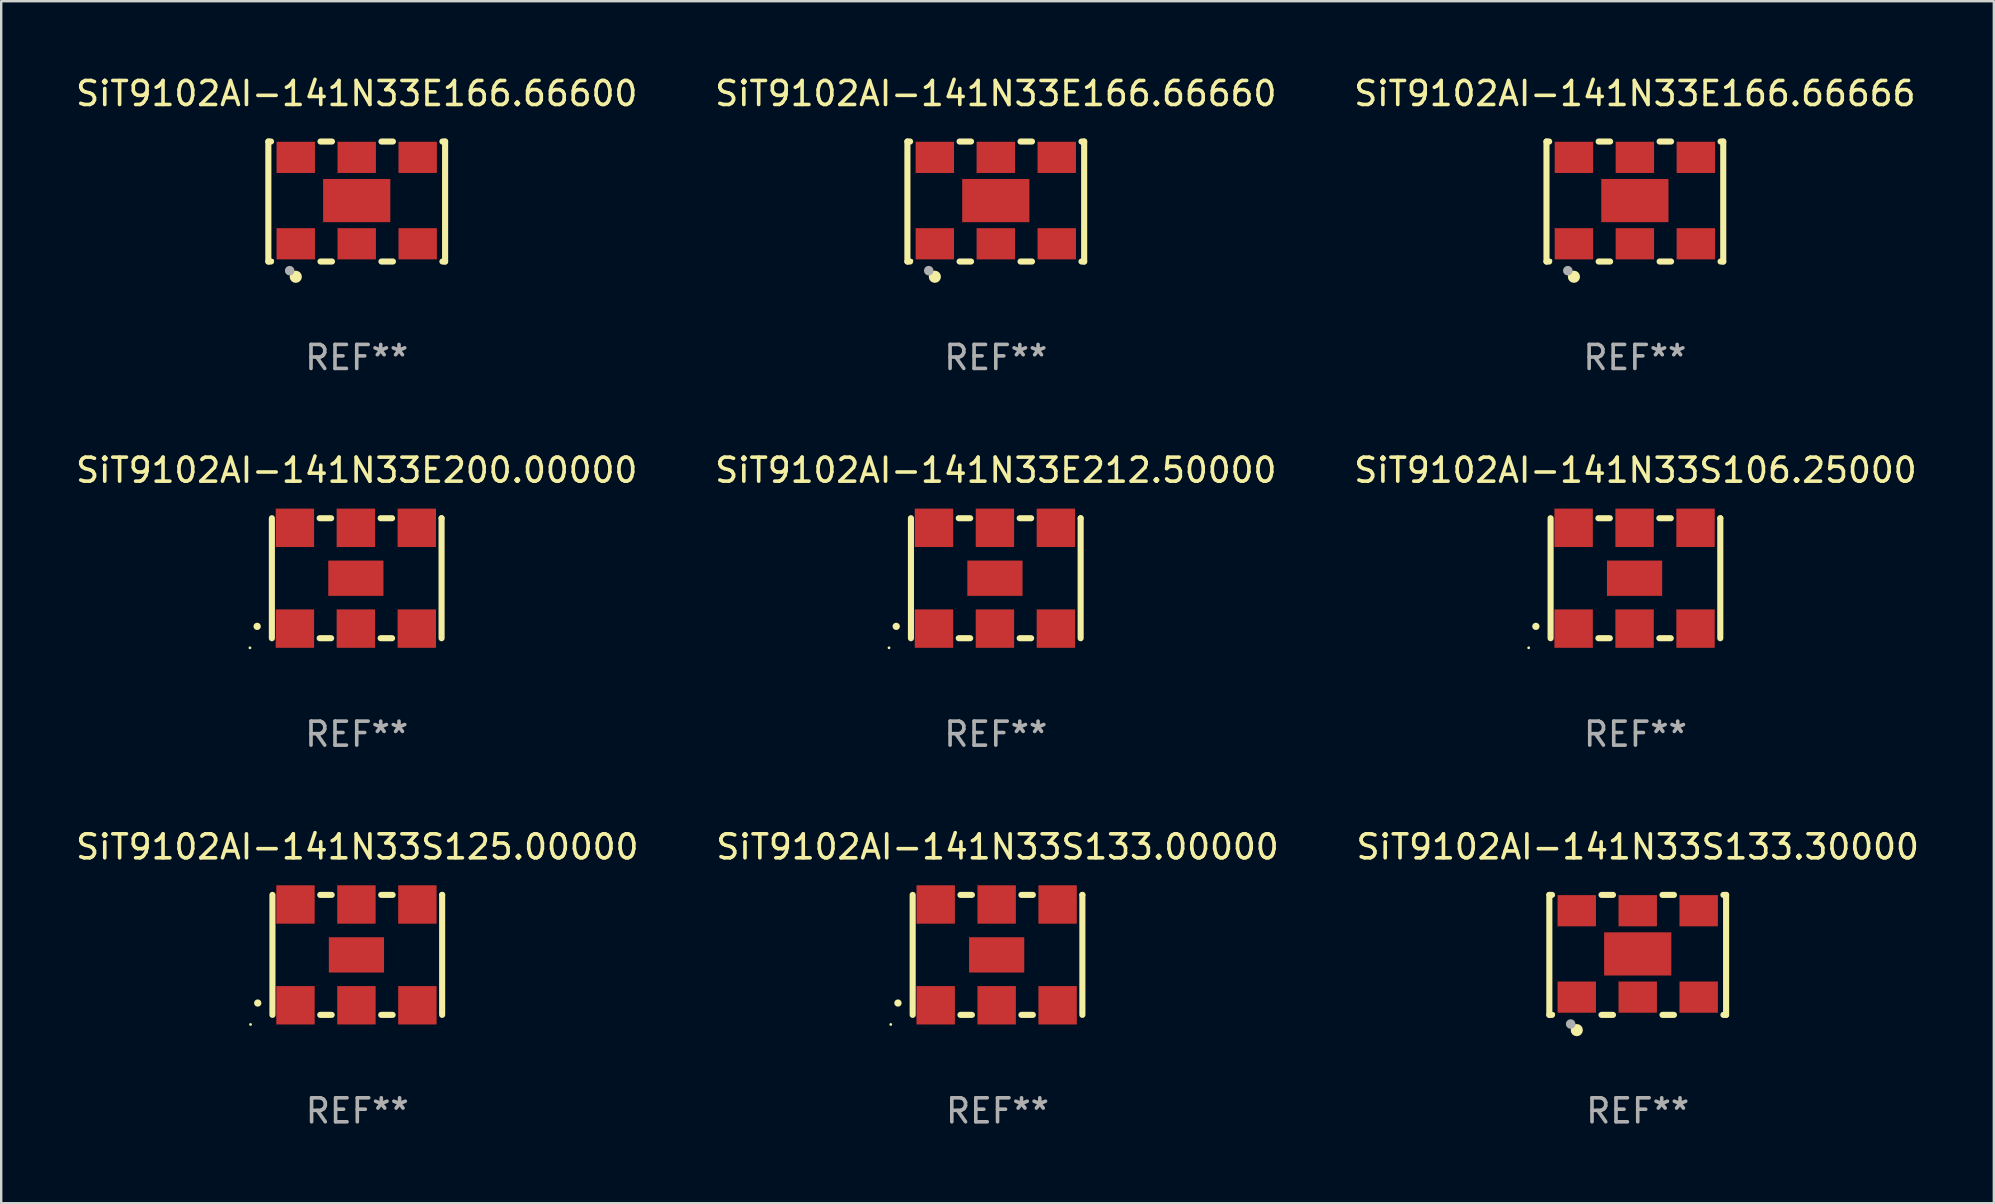
<source format=kicad_pcb>
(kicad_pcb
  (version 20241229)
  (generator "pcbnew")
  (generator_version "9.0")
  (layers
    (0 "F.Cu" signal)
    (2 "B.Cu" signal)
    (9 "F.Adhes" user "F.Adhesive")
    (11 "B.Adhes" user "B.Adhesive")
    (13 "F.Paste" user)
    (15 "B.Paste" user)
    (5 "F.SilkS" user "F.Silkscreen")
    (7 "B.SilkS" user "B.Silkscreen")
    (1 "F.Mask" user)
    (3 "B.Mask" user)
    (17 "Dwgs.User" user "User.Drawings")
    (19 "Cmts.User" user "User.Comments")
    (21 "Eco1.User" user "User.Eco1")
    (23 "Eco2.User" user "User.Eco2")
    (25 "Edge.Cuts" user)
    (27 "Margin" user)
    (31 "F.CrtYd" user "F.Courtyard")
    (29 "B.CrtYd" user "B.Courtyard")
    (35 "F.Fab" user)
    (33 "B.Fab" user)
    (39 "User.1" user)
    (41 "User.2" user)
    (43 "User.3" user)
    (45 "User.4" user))
  (footprint "SiT9102AI-141N33E166.66666"
    (layer "F.Cu")
    (at 65.077 5.348)
    (property "Reference" "SiT9102AI-141N33E166.66666" (at 0 -4.5 0) (layer "F.SilkS") (effects (font (size 1 1) (thickness 0.15))))
    (attr through_hole)
    (fp_line (start -3.683 -2.5) (end -3.571 -2.5) (stroke (width 0.254) (type solid)) (layer "F.SilkS"))
    (fp_line (start -3.683 2.5) (end -3.683 -2.5) (stroke (width 0.254) (type solid)) (layer "F.SilkS"))
    (fp_line (start -3.683 2.5) (end -3.571 2.5) (stroke (width 0.254) (type solid)) (layer "F.SilkS"))
    (fp_line (start -1.509 -2.5) (end -1.031 -2.5) (stroke (width 0.254) (type solid)) (layer "F.SilkS"))
    (fp_line (start -1.509 2.5) (end -1.031 2.5) (stroke (width 0.254) (type solid)) (layer "F.SilkS"))
    (fp_line (start 1.031 -2.5) (end 1.509 -2.5) (stroke (width 0.254) (type solid)) (layer "F.SilkS"))
    (fp_line (start 1.031 2.5) (end 1.509 2.5) (stroke (width 0.254) (type solid)) (layer "F.SilkS"))
    (fp_line (start 3.571 -2.5) (end 3.683 -2.5) (stroke (width 0.254) (type solid)) (layer "F.SilkS"))
    (fp_line (start 3.571 2.5) (end 3.683 2.5) (stroke (width 0.254) (type solid)) (layer "F.SilkS"))
    (fp_line (start 3.683 2.5) (end 3.683 -2.5) (stroke (width 0.254) (type solid)) (layer "F.SilkS"))
    (fp_circle (center -3.5 2.46) (end -3.47 2.46) (stroke (width 0.06) (type solid)) (fill no) (layer "F.SilkS"))
    (fp_circle (center -2.54 3.135) (end -2.413 3.135) (stroke (width 0.254) (type solid)) (fill no) (layer "F.SilkS"))
    (fp_circle (center -2.794 2.881) (end -2.694 2.881) (stroke (width 0.2) (type solid)) (fill no) (layer "F.Fab"))
    (fp_text user "REF**" (at 0 6.5 0) (layer "F.Fab") (effects (font (size 1 1) (thickness 0.15))))
    (pad "1" smd rect (at -2.54 1.76) (size 1.6 1.3) (layers "F.Cu" "F.Mask" "F.Paste"))
    (pad "2" smd rect (at 0 1.76) (size 1.6 1.3) (layers "F.Cu" "F.Mask" "F.Paste"))
    (pad "3" smd rect (at 2.54 1.76) (size 1.6 1.3) (layers "F.Cu" "F.Mask" "F.Paste"))
    (pad "4" smd rect (at 2.54 -1.84) (size 1.6 1.3) (layers "F.Cu" "F.Mask" "F.Paste"))
    (pad "5" smd rect (at 0 -1.84) (size 1.6 1.3) (layers "F.Cu" "F.Mask" "F.Paste"))
    (pad "6" smd rect (at -2.54 -1.84) (size 1.6 1.3) (layers "F.Cu" "F.Mask" "F.Paste"))
    (pad "7" smd rect (at 0 -0.04) (size 2.8 1.8) (layers "F.Cu" "F.Mask" "F.Paste")))
  (footprint "SiT9102AI-141N33E212.50000"
    (layer "F.Cu")
    (at 38.446 21.045)
    (property "Reference" "SiT9102AI-141N33E212.50000" (at 0 -4.5 0) (layer "F.SilkS") (effects (font (size 1 1) (thickness 0.15))))
    (attr through_hole)
    (fp_line (start -3.536 -2.5) (end -3.536 2.5) (stroke (width 0.254) (type solid)) (layer "F.SilkS"))
    (fp_line (start -1.544 2.5) (end -1.067 2.5) (stroke (width 0.254) (type solid)) (layer "F.SilkS"))
    (fp_line (start -1.067 -2.5) (end -1.544 -2.5) (stroke (width 0.254) (type solid)) (layer "F.SilkS"))
    (fp_line (start 0.996 2.5) (end 1.473 2.5) (stroke (width 0.254) (type solid)) (layer "F.SilkS"))
    (fp_line (start 1.473 -2.5) (end 0.996 -2.5) (stroke (width 0.254) (type solid)) (layer "F.SilkS"))
    (fp_line (start 3.536 -2.5) (end 3.536 -2.5) (stroke (width 0.254) (type solid)) (layer "F.SilkS"))
    (fp_line (start 3.536 2.5) (end 3.536 -2.5) (stroke (width 0.254) (type solid)) (layer "F.SilkS"))
    (fp_arc (start -4.150432 2.006604) (mid -4.149162 2.006599) (end -4.147892 2.006604) (stroke (width 0.3) (type solid)) (layer "F.SilkS"))
    (fp_circle (center -4.449 2.9) (end -4.419 2.9) (stroke (width 0.06) (type solid)) (fill no) (layer "F.SilkS"))
    (fp_text user "REF**" (at 0 6.5 0) (layer "F.Fab") (effects (font (size 1 1) (thickness 0.15))))
    (pad "1" smd rect (at -2.576 2.1) (size 1.6 1.6) (layers "F.Cu" "F.Mask" "F.Paste"))
    (pad "2" smd rect (at -0.036 2.1) (size 1.6 1.6) (layers "F.Cu" "F.Mask" "F.Paste"))
    (pad "3" smd rect (at 2.504 2.1) (size 1.6 1.6) (layers "F.Cu" "F.Mask" "F.Paste"))
    (pad "4" smd rect (at 2.504 -2.1) (size 1.6 1.6) (layers "F.Cu" "F.Mask" "F.Paste"))
    (pad "5" smd rect (at -0.036 -2.1) (size 1.6 1.6) (layers "F.Cu" "F.Mask" "F.Paste"))
    (pad "6" smd rect (at -2.576 -2.1) (size 1.6 1.6) (layers "F.Cu" "F.Mask" "F.Paste"))
    (pad "7" smd rect (at -0.036 0) (size 2.3 1.47) (layers "F.Cu" "F.Mask" "F.Paste")))
  (footprint "SiT9102AI-141N33S125.00000"
    (layer "F.Cu")
    (at 11.839 36.741)
    (property "Reference" "SiT9102AI-141N33S125.00000" (at 0 -4.5 0) (layer "F.SilkS") (effects (font (size 1 1) (thickness 0.15))))
    (attr through_hole)
    (fp_line (start -3.536 -2.5) (end -3.536 2.5) (stroke (width 0.254) (type solid)) (layer "F.SilkS"))
    (fp_line (start -1.544 2.5) (end -1.067 2.5) (stroke (width 0.254) (type solid)) (layer "F.SilkS"))
    (fp_line (start -1.067 -2.5) (end -1.544 -2.5) (stroke (width 0.254) (type solid)) (layer "F.SilkS"))
    (fp_line (start 0.996 2.5) (end 1.473 2.5) (stroke (width 0.254) (type solid)) (layer "F.SilkS"))
    (fp_line (start 1.473 -2.5) (end 0.996 -2.5) (stroke (width 0.254) (type solid)) (layer "F.SilkS"))
    (fp_line (start 3.536 -2.5) (end 3.536 -2.5) (stroke (width 0.254) (type solid)) (layer "F.SilkS"))
    (fp_line (start 3.536 2.5) (end 3.536 -2.5) (stroke (width 0.254) (type solid)) (layer "F.SilkS"))
    (fp_arc (start -4.150432 2.006604) (mid -4.149162 2.006599) (end -4.147892 2.006604) (stroke (width 0.3) (type solid)) (layer "F.SilkS"))
    (fp_circle (center -4.449 2.9) (end -4.419 2.9) (stroke (width 0.06) (type solid)) (fill no) (layer "F.SilkS"))
    (fp_text user "REF**" (at 0 6.5 0) (layer "F.Fab") (effects (font (size 1 1) (thickness 0.15))))
    (pad "1" smd rect (at -2.576 2.1) (size 1.6 1.6) (layers "F.Cu" "F.Mask" "F.Paste"))
    (pad "2" smd rect (at -0.036 2.1) (size 1.6 1.6) (layers "F.Cu" "F.Mask" "F.Paste"))
    (pad "3" smd rect (at 2.504 2.1) (size 1.6 1.6) (layers "F.Cu" "F.Mask" "F.Paste"))
    (pad "4" smd rect (at 2.504 -2.1) (size 1.6 1.6) (layers "F.Cu" "F.Mask" "F.Paste"))
    (pad "5" smd rect (at -0.036 -2.1) (size 1.6 1.6) (layers "F.Cu" "F.Mask" "F.Paste"))
    (pad "6" smd rect (at -2.576 -2.1) (size 1.6 1.6) (layers "F.Cu" "F.Mask" "F.Paste"))
    (pad "7" smd rect (at -0.036 0) (size 2.3 1.47) (layers "F.Cu" "F.Mask" "F.Paste")))
  (footprint "SiT9102AI-141N33S106.25000"
    (layer "F.Cu")
    (at 65.101 21.045)
    (property "Reference" "SiT9102AI-141N33S106.25000" (at 0 -4.5 0) (layer "F.SilkS") (effects (font (size 1 1) (thickness 0.15))))
    (attr through_hole)
    (fp_line (start -3.536 -2.5) (end -3.536 2.5) (stroke (width 0.254) (type solid)) (layer "F.SilkS"))
    (fp_line (start -1.544 2.5) (end -1.067 2.5) (stroke (width 0.254) (type solid)) (layer "F.SilkS"))
    (fp_line (start -1.067 -2.5) (end -1.544 -2.5) (stroke (width 0.254) (type solid)) (layer "F.SilkS"))
    (fp_line (start 0.996 2.5) (end 1.473 2.5) (stroke (width 0.254) (type solid)) (layer "F.SilkS"))
    (fp_line (start 1.473 -2.5) (end 0.996 -2.5) (stroke (width 0.254) (type solid)) (layer "F.SilkS"))
    (fp_line (start 3.536 -2.5) (end 3.536 -2.5) (stroke (width 0.254) (type solid)) (layer "F.SilkS"))
    (fp_line (start 3.536 2.5) (end 3.536 -2.5) (stroke (width 0.254) (type solid)) (layer "F.SilkS"))
    (fp_arc (start -4.150432 2.006604) (mid -4.149162 2.006599) (end -4.147892 2.006604) (stroke (width 0.3) (type solid)) (layer "F.SilkS"))
    (fp_circle (center -4.449 2.9) (end -4.419 2.9) (stroke (width 0.06) (type solid)) (fill no) (layer "F.SilkS"))
    (fp_text user "REF**" (at 0 6.5 0) (layer "F.Fab") (effects (font (size 1 1) (thickness 0.15))))
    (pad "1" smd rect (at -2.576 2.1) (size 1.6 1.6) (layers "F.Cu" "F.Mask" "F.Paste"))
    (pad "2" smd rect (at -0.036 2.1) (size 1.6 1.6) (layers "F.Cu" "F.Mask" "F.Paste"))
    (pad "3" smd rect (at 2.504 2.1) (size 1.6 1.6) (layers "F.Cu" "F.Mask" "F.Paste"))
    (pad "4" smd rect (at 2.504 -2.1) (size 1.6 1.6) (layers "F.Cu" "F.Mask" "F.Paste"))
    (pad "5" smd rect (at -0.036 -2.1) (size 1.6 1.6) (layers "F.Cu" "F.Mask" "F.Paste"))
    (pad "6" smd rect (at -2.576 -2.1) (size 1.6 1.6) (layers "F.Cu" "F.Mask" "F.Paste"))
    (pad "7" smd rect (at -0.036 0) (size 2.3 1.47) (layers "F.Cu" "F.Mask" "F.Paste")))
  (footprint "SiT9102AI-141N33E166.66660"
    (layer "F.Cu")
    (at 38.446 5.348)
    (property "Reference" "SiT9102AI-141N33E166.66660" (at 0 -4.5 0) (layer "F.SilkS") (effects (font (size 1 1) (thickness 0.15))))
    (attr through_hole)
    (fp_line (start -3.683 -2.5) (end -3.571 -2.5) (stroke (width 0.254) (type solid)) (layer "F.SilkS"))
    (fp_line (start -3.683 2.5) (end -3.683 -2.5) (stroke (width 0.254) (type solid)) (layer "F.SilkS"))
    (fp_line (start -3.683 2.5) (end -3.571 2.5) (stroke (width 0.254) (type solid)) (layer "F.SilkS"))
    (fp_line (start -1.509 -2.5) (end -1.031 -2.5) (stroke (width 0.254) (type solid)) (layer "F.SilkS"))
    (fp_line (start -1.509 2.5) (end -1.031 2.5) (stroke (width 0.254) (type solid)) (layer "F.SilkS"))
    (fp_line (start 1.031 -2.5) (end 1.509 -2.5) (stroke (width 0.254) (type solid)) (layer "F.SilkS"))
    (fp_line (start 1.031 2.5) (end 1.509 2.5) (stroke (width 0.254) (type solid)) (layer "F.SilkS"))
    (fp_line (start 3.571 -2.5) (end 3.683 -2.5) (stroke (width 0.254) (type solid)) (layer "F.SilkS"))
    (fp_line (start 3.571 2.5) (end 3.683 2.5) (stroke (width 0.254) (type solid)) (layer "F.SilkS"))
    (fp_line (start 3.683 2.5) (end 3.683 -2.5) (stroke (width 0.254) (type solid)) (layer "F.SilkS"))
    (fp_circle (center -3.5 2.46) (end -3.47 2.46) (stroke (width 0.06) (type solid)) (fill no) (layer "F.SilkS"))
    (fp_circle (center -2.54 3.135) (end -2.413 3.135) (stroke (width 0.254) (type solid)) (fill no) (layer "F.SilkS"))
    (fp_circle (center -2.794 2.881) (end -2.694 2.881) (stroke (width 0.2) (type solid)) (fill no) (layer "F.Fab"))
    (fp_text user "REF**" (at 0 6.5 0) (layer "F.Fab") (effects (font (size 1 1) (thickness 0.15))))
    (pad "1" smd rect (at -2.54 1.76) (size 1.6 1.3) (layers "F.Cu" "F.Mask" "F.Paste"))
    (pad "2" smd rect (at 0 1.76) (size 1.6 1.3) (layers "F.Cu" "F.Mask" "F.Paste"))
    (pad "3" smd rect (at 2.54 1.76) (size 1.6 1.3) (layers "F.Cu" "F.Mask" "F.Paste"))
    (pad "4" smd rect (at 2.54 -1.84) (size 1.6 1.3) (layers "F.Cu" "F.Mask" "F.Paste"))
    (pad "5" smd rect (at 0 -1.84) (size 1.6 1.3) (layers "F.Cu" "F.Mask" "F.Paste"))
    (pad "6" smd rect (at -2.54 -1.84) (size 1.6 1.3) (layers "F.Cu" "F.Mask" "F.Paste"))
    (pad "7" smd rect (at 0 -0.04) (size 2.8 1.8) (layers "F.Cu" "F.Mask" "F.Paste")))
  (footprint "SiT9102AI-141N33E200.00000"
    (layer "F.Cu")
    (at 11.815 21.045)
    (property "Reference" "SiT9102AI-141N33E200.00000" (at 0 -4.5 0) (layer "F.SilkS") (effects (font (size 1 1) (thickness 0.15))))
    (attr through_hole)
    (fp_line (start -3.536 -2.5) (end -3.536 2.5) (stroke (width 0.254) (type solid)) (layer "F.SilkS"))
    (fp_line (start -1.544 2.5) (end -1.067 2.5) (stroke (width 0.254) (type solid)) (layer "F.SilkS"))
    (fp_line (start -1.067 -2.5) (end -1.544 -2.5) (stroke (width 0.254) (type solid)) (layer "F.SilkS"))
    (fp_line (start 0.996 2.5) (end 1.473 2.5) (stroke (width 0.254) (type solid)) (layer "F.SilkS"))
    (fp_line (start 1.473 -2.5) (end 0.996 -2.5) (stroke (width 0.254) (type solid)) (layer "F.SilkS"))
    (fp_line (start 3.536 -2.5) (end 3.536 -2.5) (stroke (width 0.254) (type solid)) (layer "F.SilkS"))
    (fp_line (start 3.536 2.5) (end 3.536 -2.5) (stroke (width 0.254) (type solid)) (layer "F.SilkS"))
    (fp_arc (start -4.150432 2.006604) (mid -4.149162 2.006599) (end -4.147892 2.006604) (stroke (width 0.3) (type solid)) (layer "F.SilkS"))
    (fp_circle (center -4.449 2.9) (end -4.419 2.9) (stroke (width 0.06) (type solid)) (fill no) (layer "F.SilkS"))
    (fp_text user "REF**" (at 0 6.5 0) (layer "F.Fab") (effects (font (size 1 1) (thickness 0.15))))
    (pad "1" smd rect (at -2.576 2.1) (size 1.6 1.6) (layers "F.Cu" "F.Mask" "F.Paste"))
    (pad "2" smd rect (at -0.036 2.1) (size 1.6 1.6) (layers "F.Cu" "F.Mask" "F.Paste"))
    (pad "3" smd rect (at 2.504 2.1) (size 1.6 1.6) (layers "F.Cu" "F.Mask" "F.Paste"))
    (pad "4" smd rect (at 2.504 -2.1) (size 1.6 1.6) (layers "F.Cu" "F.Mask" "F.Paste"))
    (pad "5" smd rect (at -0.036 -2.1) (size 1.6 1.6) (layers "F.Cu" "F.Mask" "F.Paste"))
    (pad "6" smd rect (at -2.576 -2.1) (size 1.6 1.6) (layers "F.Cu" "F.Mask" "F.Paste"))
    (pad "7" smd rect (at -0.036 0) (size 2.3 1.47) (layers "F.Cu" "F.Mask" "F.Paste")))
  (footprint "SiT9102AI-141N33S133.30000"
    (layer "F.Cu")
    (at 65.196 36.741)
    (property "Reference" "SiT9102AI-141N33S133.30000" (at 0 -4.5 0) (layer "F.SilkS") (effects (font (size 1 1) (thickness 0.15))))
    (attr through_hole)
    (fp_line (start -3.683 -2.5) (end -3.571 -2.5) (stroke (width 0.254) (type solid)) (layer "F.SilkS"))
    (fp_line (start -3.683 2.5) (end -3.683 -2.5) (stroke (width 0.254) (type solid)) (layer "F.SilkS"))
    (fp_line (start -3.683 2.5) (end -3.571 2.5) (stroke (width 0.254) (type solid)) (layer "F.SilkS"))
    (fp_line (start -1.509 -2.5) (end -1.031 -2.5) (stroke (width 0.254) (type solid)) (layer "F.SilkS"))
    (fp_line (start -1.509 2.5) (end -1.031 2.5) (stroke (width 0.254) (type solid)) (layer "F.SilkS"))
    (fp_line (start 1.031 -2.5) (end 1.509 -2.5) (stroke (width 0.254) (type solid)) (layer "F.SilkS"))
    (fp_line (start 1.031 2.5) (end 1.509 2.5) (stroke (width 0.254) (type solid)) (layer "F.SilkS"))
    (fp_line (start 3.571 -2.5) (end 3.683 -2.5) (stroke (width 0.254) (type solid)) (layer "F.SilkS"))
    (fp_line (start 3.571 2.5) (end 3.683 2.5) (stroke (width 0.254) (type solid)) (layer "F.SilkS"))
    (fp_line (start 3.683 2.5) (end 3.683 -2.5) (stroke (width 0.254) (type solid)) (layer "F.SilkS"))
    (fp_circle (center -3.5 2.46) (end -3.47 2.46) (stroke (width 0.06) (type solid)) (fill no) (layer "F.SilkS"))
    (fp_circle (center -2.54 3.135) (end -2.413 3.135) (stroke (width 0.254) (type solid)) (fill no) (layer "F.SilkS"))
    (fp_circle (center -2.794 2.881) (end -2.694 2.881) (stroke (width 0.2) (type solid)) (fill no) (layer "F.Fab"))
    (fp_text user "REF**" (at 0 6.5 0) (layer "F.Fab") (effects (font (size 1 1) (thickness 0.15))))
    (pad "1" smd rect (at -2.54 1.76) (size 1.6 1.3) (layers "F.Cu" "F.Mask" "F.Paste"))
    (pad "2" smd rect (at 0 1.76) (size 1.6 1.3) (layers "F.Cu" "F.Mask" "F.Paste"))
    (pad "3" smd rect (at 2.54 1.76) (size 1.6 1.3) (layers "F.Cu" "F.Mask" "F.Paste"))
    (pad "4" smd rect (at 2.54 -1.84) (size 1.6 1.3) (layers "F.Cu" "F.Mask" "F.Paste"))
    (pad "5" smd rect (at 0 -1.84) (size 1.6 1.3) (layers "F.Cu" "F.Mask" "F.Paste"))
    (pad "6" smd rect (at -2.54 -1.84) (size 1.6 1.3) (layers "F.Cu" "F.Mask" "F.Paste"))
    (pad "7" smd rect (at 0 -0.04) (size 2.8 1.8) (layers "F.Cu" "F.Mask" "F.Paste")))
  (footprint "SiT9102AI-141N33E166.66600"
    (layer "F.Cu")
    (at 11.815 5.348)
    (property "Reference" "SiT9102AI-141N33E166.66600" (at 0 -4.5 0) (layer "F.SilkS") (effects (font (size 1 1) (thickness 0.15))))
    (attr through_hole)
    (fp_line (start -3.683 -2.5) (end -3.571 -2.5) (stroke (width 0.254) (type solid)) (layer "F.SilkS"))
    (fp_line (start -3.683 2.5) (end -3.683 -2.5) (stroke (width 0.254) (type solid)) (layer "F.SilkS"))
    (fp_line (start -3.683 2.5) (end -3.571 2.5) (stroke (width 0.254) (type solid)) (layer "F.SilkS"))
    (fp_line (start -1.509 -2.5) (end -1.031 -2.5) (stroke (width 0.254) (type solid)) (layer "F.SilkS"))
    (fp_line (start -1.509 2.5) (end -1.031 2.5) (stroke (width 0.254) (type solid)) (layer "F.SilkS"))
    (fp_line (start 1.031 -2.5) (end 1.509 -2.5) (stroke (width 0.254) (type solid)) (layer "F.SilkS"))
    (fp_line (start 1.031 2.5) (end 1.509 2.5) (stroke (width 0.254) (type solid)) (layer "F.SilkS"))
    (fp_line (start 3.571 -2.5) (end 3.683 -2.5) (stroke (width 0.254) (type solid)) (layer "F.SilkS"))
    (fp_line (start 3.571 2.5) (end 3.683 2.5) (stroke (width 0.254) (type solid)) (layer "F.SilkS"))
    (fp_line (start 3.683 2.5) (end 3.683 -2.5) (stroke (width 0.254) (type solid)) (layer "F.SilkS"))
    (fp_circle (center -3.5 2.46) (end -3.47 2.46) (stroke (width 0.06) (type solid)) (fill no) (layer "F.SilkS"))
    (fp_circle (center -2.54 3.135) (end -2.413 3.135) (stroke (width 0.254) (type solid)) (fill no) (layer "F.SilkS"))
    (fp_circle (center -2.794 2.881) (end -2.694 2.881) (stroke (width 0.2) (type solid)) (fill no) (layer "F.Fab"))
    (fp_text user "REF**" (at 0 6.5 0) (layer "F.Fab") (effects (font (size 1 1) (thickness 0.15))))
    (pad "1" smd rect (at -2.54 1.76) (size 1.6 1.3) (layers "F.Cu" "F.Mask" "F.Paste"))
    (pad "2" smd rect (at 0 1.76) (size 1.6 1.3) (layers "F.Cu" "F.Mask" "F.Paste"))
    (pad "3" smd rect (at 2.54 1.76) (size 1.6 1.3) (layers "F.Cu" "F.Mask" "F.Paste"))
    (pad "4" smd rect (at 2.54 -1.84) (size 1.6 1.3) (layers "F.Cu" "F.Mask" "F.Paste"))
    (pad "5" smd rect (at 0 -1.84) (size 1.6 1.3) (layers "F.Cu" "F.Mask" "F.Paste"))
    (pad "6" smd rect (at -2.54 -1.84) (size 1.6 1.3) (layers "F.Cu" "F.Mask" "F.Paste"))
    (pad "7" smd rect (at 0 -0.04) (size 2.8 1.8) (layers "F.Cu" "F.Mask" "F.Paste")))
  (footprint "SiT9102AI-141N33S133.00000"
    (layer "F.Cu")
    (at 38.518 36.741)
    (property "Reference" "SiT9102AI-141N33S133.00000" (at 0 -4.5 0) (layer "F.SilkS") (effects (font (size 1 1) (thickness 0.15))))
    (attr through_hole)
    (fp_line (start -3.536 -2.5) (end -3.536 2.5) (stroke (width 0.254) (type solid)) (layer "F.SilkS"))
    (fp_line (start -1.544 2.5) (end -1.067 2.5) (stroke (width 0.254) (type solid)) (layer "F.SilkS"))
    (fp_line (start -1.067 -2.5) (end -1.544 -2.5) (stroke (width 0.254) (type solid)) (layer "F.SilkS"))
    (fp_line (start 0.996 2.5) (end 1.473 2.5) (stroke (width 0.254) (type solid)) (layer "F.SilkS"))
    (fp_line (start 1.473 -2.5) (end 0.996 -2.5) (stroke (width 0.254) (type solid)) (layer "F.SilkS"))
    (fp_line (start 3.536 -2.5) (end 3.536 -2.5) (stroke (width 0.254) (type solid)) (layer "F.SilkS"))
    (fp_line (start 3.536 2.5) (end 3.536 -2.5) (stroke (width 0.254) (type solid)) (layer "F.SilkS"))
    (fp_arc (start -4.150432 2.006604) (mid -4.149162 2.006599) (end -4.147892 2.006604) (stroke (width 0.3) (type solid)) (layer "F.SilkS"))
    (fp_circle (center -4.449 2.9) (end -4.419 2.9) (stroke (width 0.06) (type solid)) (fill no) (layer "F.SilkS"))
    (fp_text user "REF**" (at 0 6.5 0) (layer "F.Fab") (effects (font (size 1 1) (thickness 0.15))))
    (pad "1" smd rect (at -2.576 2.1) (size 1.6 1.6) (layers "F.Cu" "F.Mask" "F.Paste"))
    (pad "2" smd rect (at -0.036 2.1) (size 1.6 1.6) (layers "F.Cu" "F.Mask" "F.Paste"))
    (pad "3" smd rect (at 2.504 2.1) (size 1.6 1.6) (layers "F.Cu" "F.Mask" "F.Paste"))
    (pad "4" smd rect (at 2.504 -2.1) (size 1.6 1.6) (layers "F.Cu" "F.Mask" "F.Paste"))
    (pad "5" smd rect (at -0.036 -2.1) (size 1.6 1.6) (layers "F.Cu" "F.Mask" "F.Paste"))
    (pad "6" smd rect (at -2.576 -2.1) (size 1.6 1.6) (layers "F.Cu" "F.Mask" "F.Paste"))
    (pad "7" smd rect (at -0.036 0) (size 2.3 1.47) (layers "F.Cu" "F.Mask" "F.Paste")))
  (gr_rect
    (start -3 -3)
    (end 80.036 47.09)
    (stroke (width 0.1) (type default))
    (fill no)
    (layer "Edge.Cuts")))
</source>
